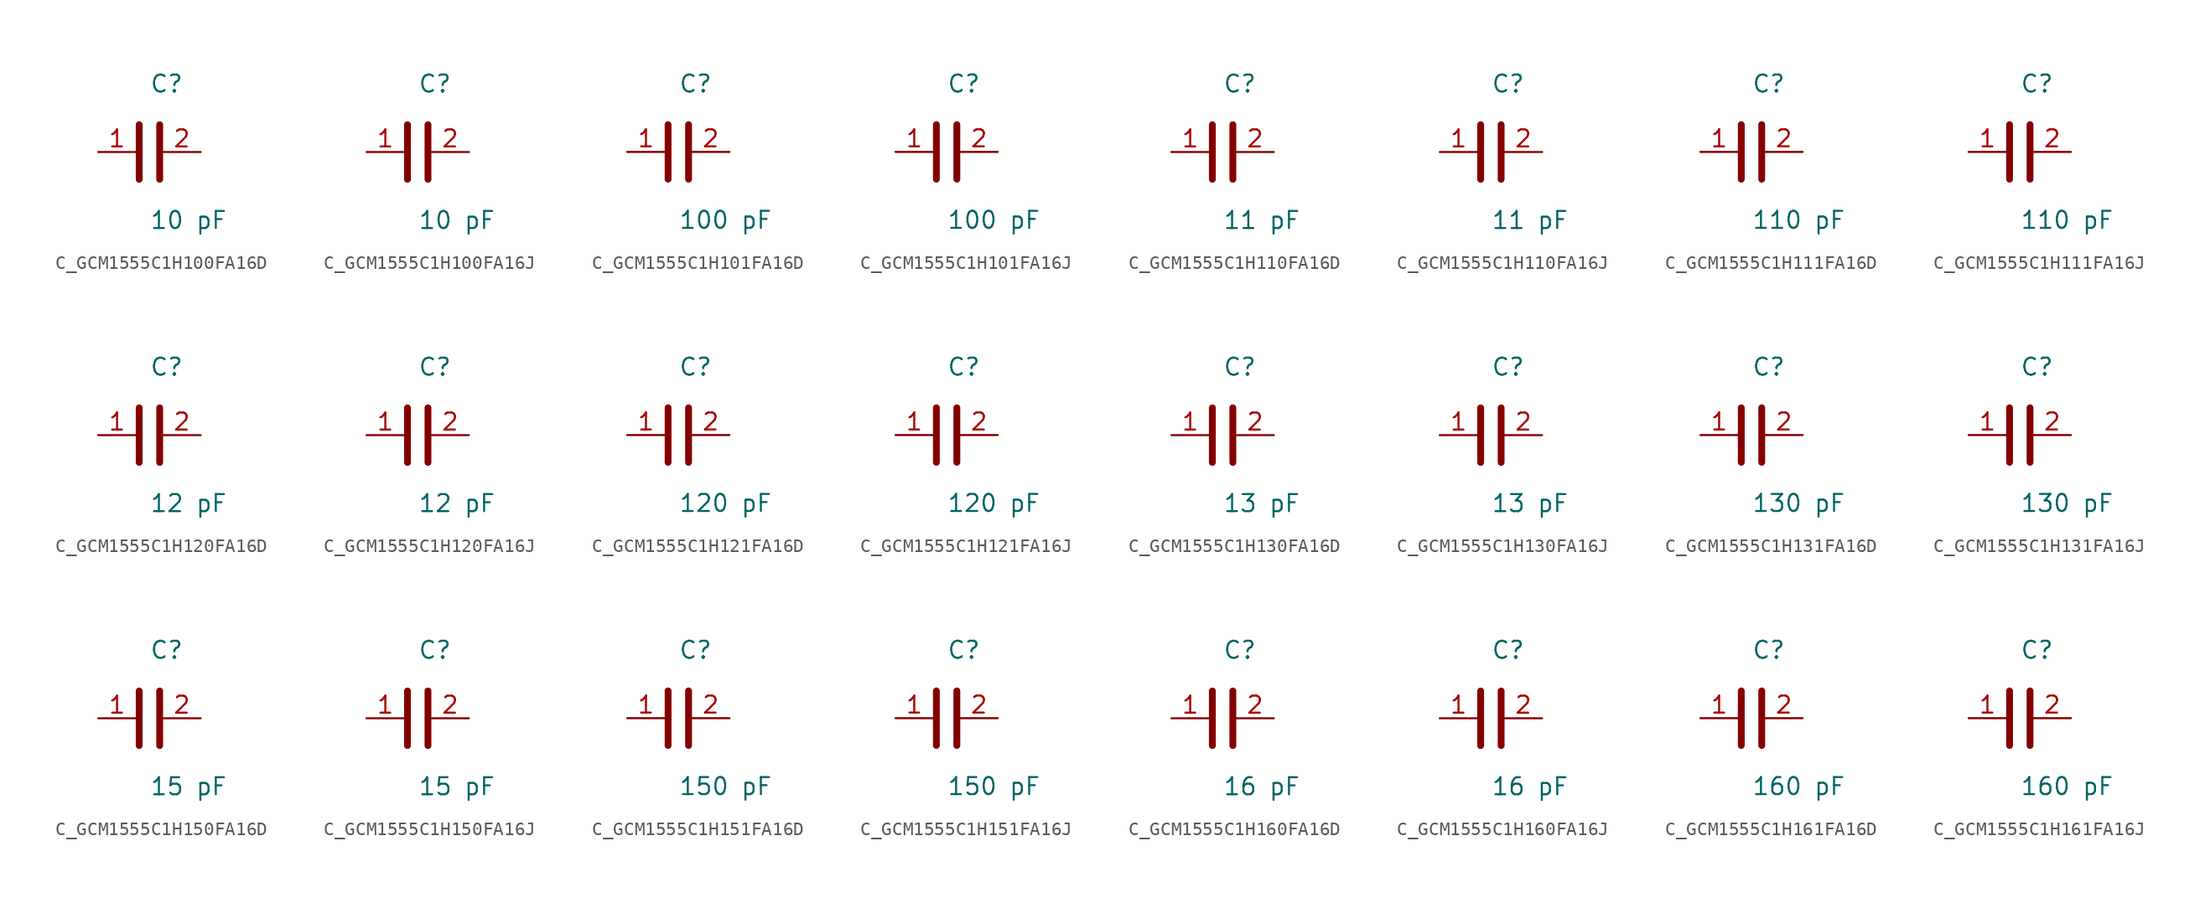
<source format=kicad_sym>
(kicad_symbol_lib
  (version 20231120)
  (generator kicad_symbol_editor)
  (generator_version 8.0)
  (symbol "C_GCM1555C1H100FA16D"
    (pin_names
      (offset 0.254))
    (property "Reference" "C"
      (at 0.0 5.08 0)
      (effects (font (size 1.27 1.27)) (justify left)))
    (property "Value" "10 pF"
      (at 0.0 -5.08 0)
      (effects (font (size 1.27 1.27)) (justify left)))
    (symbol "C_GCM1555C1H100FA16D_0_1"
      (polyline (pts (xy -0.762 -2.032) (xy -0.762 2.032)) (stroke (width 0.508) (type default)) (fill (type none)))
      (polyline (pts (xy 0.762 -2.032) (xy 0.762 2.032)) (stroke (width 0.508) (type default)) (fill (type none))))
    (pin unspecified line
      (at -3.81 0 0)
      (length 2.8)
      (name "" (effects (font (size 1.27 1.27))))
      (number "1" (effects (font (size 1.27 1.27)))))
    (pin unspecified line
      (at 3.81 0 180)
      (length 2.8)
      (name "" (effects (font (size 1.27 1.27))))
      (number "2" (effects (font (size 1.27 1.27))))))
  (symbol "C_GCM1555C1H100FA16J"
    (pin_names
      (offset 0.254))
    (property "Reference" "C"
      (at 0.0 5.08 0)
      (effects (font (size 1.27 1.27)) (justify left)))
    (property "Value" "10 pF"
      (at 0.0 -5.08 0)
      (effects (font (size 1.27 1.27)) (justify left)))
    (symbol "C_GCM1555C1H100FA16J_0_1"
      (polyline (pts (xy -0.762 -2.032) (xy -0.762 2.032)) (stroke (width 0.508) (type default)) (fill (type none)))
      (polyline (pts (xy 0.762 -2.032) (xy 0.762 2.032)) (stroke (width 0.508) (type default)) (fill (type none))))
    (pin unspecified line
      (at -3.81 0 0)
      (length 2.8)
      (name "" (effects (font (size 1.27 1.27))))
      (number "1" (effects (font (size 1.27 1.27)))))
    (pin unspecified line
      (at 3.81 0 180)
      (length 2.8)
      (name "" (effects (font (size 1.27 1.27))))
      (number "2" (effects (font (size 1.27 1.27))))))
  (symbol "C_GCM1555C1H101FA16D"
    (pin_names
      (offset 0.254))
    (property "Reference" "C"
      (at 0.0 5.08 0)
      (effects (font (size 1.27 1.27)) (justify left)))
    (property "Value" "100 pF"
      (at 0.0 -5.08 0)
      (effects (font (size 1.27 1.27)) (justify left)))
    (symbol "C_GCM1555C1H101FA16D_0_1"
      (polyline (pts (xy -0.762 -2.032) (xy -0.762 2.032)) (stroke (width 0.508) (type default)) (fill (type none)))
      (polyline (pts (xy 0.762 -2.032) (xy 0.762 2.032)) (stroke (width 0.508) (type default)) (fill (type none))))
    (pin unspecified line
      (at -3.81 0 0)
      (length 2.8)
      (name "" (effects (font (size 1.27 1.27))))
      (number "1" (effects (font (size 1.27 1.27)))))
    (pin unspecified line
      (at 3.81 0 180)
      (length 2.8)
      (name "" (effects (font (size 1.27 1.27))))
      (number "2" (effects (font (size 1.27 1.27))))))
  (symbol "C_GCM1555C1H101FA16J"
    (pin_names
      (offset 0.254))
    (property "Reference" "C"
      (at 0.0 5.08 0)
      (effects (font (size 1.27 1.27)) (justify left)))
    (property "Value" "100 pF"
      (at 0.0 -5.08 0)
      (effects (font (size 1.27 1.27)) (justify left)))
    (symbol "C_GCM1555C1H101FA16J_0_1"
      (polyline (pts (xy -0.762 -2.032) (xy -0.762 2.032)) (stroke (width 0.508) (type default)) (fill (type none)))
      (polyline (pts (xy 0.762 -2.032) (xy 0.762 2.032)) (stroke (width 0.508) (type default)) (fill (type none))))
    (pin unspecified line
      (at -3.81 0 0)
      (length 2.8)
      (name "" (effects (font (size 1.27 1.27))))
      (number "1" (effects (font (size 1.27 1.27)))))
    (pin unspecified line
      (at 3.81 0 180)
      (length 2.8)
      (name "" (effects (font (size 1.27 1.27))))
      (number "2" (effects (font (size 1.27 1.27))))))
  (symbol "C_GCM1555C1H110FA16D"
    (pin_names
      (offset 0.254))
    (property "Reference" "C"
      (at 0.0 5.08 0)
      (effects (font (size 1.27 1.27)) (justify left)))
    (property "Value" "11 pF"
      (at 0.0 -5.08 0)
      (effects (font (size 1.27 1.27)) (justify left)))
    (symbol "C_GCM1555C1H110FA16D_0_1"
      (polyline (pts (xy -0.762 -2.032) (xy -0.762 2.032)) (stroke (width 0.508) (type default)) (fill (type none)))
      (polyline (pts (xy 0.762 -2.032) (xy 0.762 2.032)) (stroke (width 0.508) (type default)) (fill (type none))))
    (pin unspecified line
      (at -3.81 0 0)
      (length 2.8)
      (name "" (effects (font (size 1.27 1.27))))
      (number "1" (effects (font (size 1.27 1.27)))))
    (pin unspecified line
      (at 3.81 0 180)
      (length 2.8)
      (name "" (effects (font (size 1.27 1.27))))
      (number "2" (effects (font (size 1.27 1.27))))))
  (symbol "C_GCM1555C1H110FA16J"
    (pin_names
      (offset 0.254))
    (property "Reference" "C"
      (at 0.0 5.08 0)
      (effects (font (size 1.27 1.27)) (justify left)))
    (property "Value" "11 pF"
      (at 0.0 -5.08 0)
      (effects (font (size 1.27 1.27)) (justify left)))
    (symbol "C_GCM1555C1H110FA16J_0_1"
      (polyline (pts (xy -0.762 -2.032) (xy -0.762 2.032)) (stroke (width 0.508) (type default)) (fill (type none)))
      (polyline (pts (xy 0.762 -2.032) (xy 0.762 2.032)) (stroke (width 0.508) (type default)) (fill (type none))))
    (pin unspecified line
      (at -3.81 0 0)
      (length 2.8)
      (name "" (effects (font (size 1.27 1.27))))
      (number "1" (effects (font (size 1.27 1.27)))))
    (pin unspecified line
      (at 3.81 0 180)
      (length 2.8)
      (name "" (effects (font (size 1.27 1.27))))
      (number "2" (effects (font (size 1.27 1.27))))))
  (symbol "C_GCM1555C1H111FA16D"
    (pin_names
      (offset 0.254))
    (property "Reference" "C"
      (at 0.0 5.08 0)
      (effects (font (size 1.27 1.27)) (justify left)))
    (property "Value" "110 pF"
      (at 0.0 -5.08 0)
      (effects (font (size 1.27 1.27)) (justify left)))
    (symbol "C_GCM1555C1H111FA16D_0_1"
      (polyline (pts (xy -0.762 -2.032) (xy -0.762 2.032)) (stroke (width 0.508) (type default)) (fill (type none)))
      (polyline (pts (xy 0.762 -2.032) (xy 0.762 2.032)) (stroke (width 0.508) (type default)) (fill (type none))))
    (pin unspecified line
      (at -3.81 0 0)
      (length 2.8)
      (name "" (effects (font (size 1.27 1.27))))
      (number "1" (effects (font (size 1.27 1.27)))))
    (pin unspecified line
      (at 3.81 0 180)
      (length 2.8)
      (name "" (effects (font (size 1.27 1.27))))
      (number "2" (effects (font (size 1.27 1.27))))))
  (symbol "C_GCM1555C1H111FA16J"
    (pin_names
      (offset 0.254))
    (property "Reference" "C"
      (at 0.0 5.08 0)
      (effects (font (size 1.27 1.27)) (justify left)))
    (property "Value" "110 pF"
      (at 0.0 -5.08 0)
      (effects (font (size 1.27 1.27)) (justify left)))
    (symbol "C_GCM1555C1H111FA16J_0_1"
      (polyline (pts (xy -0.762 -2.032) (xy -0.762 2.032)) (stroke (width 0.508) (type default)) (fill (type none)))
      (polyline (pts (xy 0.762 -2.032) (xy 0.762 2.032)) (stroke (width 0.508) (type default)) (fill (type none))))
    (pin unspecified line
      (at -3.81 0 0)
      (length 2.8)
      (name "" (effects (font (size 1.27 1.27))))
      (number "1" (effects (font (size 1.27 1.27)))))
    (pin unspecified line
      (at 3.81 0 180)
      (length 2.8)
      (name "" (effects (font (size 1.27 1.27))))
      (number "2" (effects (font (size 1.27 1.27))))))
  (symbol "C_GCM1555C1H120FA16D"
    (pin_names
      (offset 0.254))
    (property "Reference" "C"
      (at 0.0 5.08 0)
      (effects (font (size 1.27 1.27)) (justify left)))
    (property "Value" "12 pF"
      (at 0.0 -5.08 0)
      (effects (font (size 1.27 1.27)) (justify left)))
    (symbol "C_GCM1555C1H120FA16D_0_1"
      (polyline (pts (xy -0.762 -2.032) (xy -0.762 2.032)) (stroke (width 0.508) (type default)) (fill (type none)))
      (polyline (pts (xy 0.762 -2.032) (xy 0.762 2.032)) (stroke (width 0.508) (type default)) (fill (type none))))
    (pin unspecified line
      (at -3.81 0 0)
      (length 2.8)
      (name "" (effects (font (size 1.27 1.27))))
      (number "1" (effects (font (size 1.27 1.27)))))
    (pin unspecified line
      (at 3.81 0 180)
      (length 2.8)
      (name "" (effects (font (size 1.27 1.27))))
      (number "2" (effects (font (size 1.27 1.27))))))
  (symbol "C_GCM1555C1H120FA16J"
    (pin_names
      (offset 0.254))
    (property "Reference" "C"
      (at 0.0 5.08 0)
      (effects (font (size 1.27 1.27)) (justify left)))
    (property "Value" "12 pF"
      (at 0.0 -5.08 0)
      (effects (font (size 1.27 1.27)) (justify left)))
    (symbol "C_GCM1555C1H120FA16J_0_1"
      (polyline (pts (xy -0.762 -2.032) (xy -0.762 2.032)) (stroke (width 0.508) (type default)) (fill (type none)))
      (polyline (pts (xy 0.762 -2.032) (xy 0.762 2.032)) (stroke (width 0.508) (type default)) (fill (type none))))
    (pin unspecified line
      (at -3.81 0 0)
      (length 2.8)
      (name "" (effects (font (size 1.27 1.27))))
      (number "1" (effects (font (size 1.27 1.27)))))
    (pin unspecified line
      (at 3.81 0 180)
      (length 2.8)
      (name "" (effects (font (size 1.27 1.27))))
      (number "2" (effects (font (size 1.27 1.27))))))
  (symbol "C_GCM1555C1H121FA16D"
    (pin_names
      (offset 0.254))
    (property "Reference" "C"
      (at 0.0 5.08 0)
      (effects (font (size 1.27 1.27)) (justify left)))
    (property "Value" "120 pF"
      (at 0.0 -5.08 0)
      (effects (font (size 1.27 1.27)) (justify left)))
    (symbol "C_GCM1555C1H121FA16D_0_1"
      (polyline (pts (xy -0.762 -2.032) (xy -0.762 2.032)) (stroke (width 0.508) (type default)) (fill (type none)))
      (polyline (pts (xy 0.762 -2.032) (xy 0.762 2.032)) (stroke (width 0.508) (type default)) (fill (type none))))
    (pin unspecified line
      (at -3.81 0 0)
      (length 2.8)
      (name "" (effects (font (size 1.27 1.27))))
      (number "1" (effects (font (size 1.27 1.27)))))
    (pin unspecified line
      (at 3.81 0 180)
      (length 2.8)
      (name "" (effects (font (size 1.27 1.27))))
      (number "2" (effects (font (size 1.27 1.27))))))
  (symbol "C_GCM1555C1H121FA16J"
    (pin_names
      (offset 0.254))
    (property "Reference" "C"
      (at 0.0 5.08 0)
      (effects (font (size 1.27 1.27)) (justify left)))
    (property "Value" "120 pF"
      (at 0.0 -5.08 0)
      (effects (font (size 1.27 1.27)) (justify left)))
    (symbol "C_GCM1555C1H121FA16J_0_1"
      (polyline (pts (xy -0.762 -2.032) (xy -0.762 2.032)) (stroke (width 0.508) (type default)) (fill (type none)))
      (polyline (pts (xy 0.762 -2.032) (xy 0.762 2.032)) (stroke (width 0.508) (type default)) (fill (type none))))
    (pin unspecified line
      (at -3.81 0 0)
      (length 2.8)
      (name "" (effects (font (size 1.27 1.27))))
      (number "1" (effects (font (size 1.27 1.27)))))
    (pin unspecified line
      (at 3.81 0 180)
      (length 2.8)
      (name "" (effects (font (size 1.27 1.27))))
      (number "2" (effects (font (size 1.27 1.27))))))
  (symbol "C_GCM1555C1H130FA16D"
    (pin_names
      (offset 0.254))
    (property "Reference" "C"
      (at 0.0 5.08 0)
      (effects (font (size 1.27 1.27)) (justify left)))
    (property "Value" "13 pF"
      (at 0.0 -5.08 0)
      (effects (font (size 1.27 1.27)) (justify left)))
    (symbol "C_GCM1555C1H130FA16D_0_1"
      (polyline (pts (xy -0.762 -2.032) (xy -0.762 2.032)) (stroke (width 0.508) (type default)) (fill (type none)))
      (polyline (pts (xy 0.762 -2.032) (xy 0.762 2.032)) (stroke (width 0.508) (type default)) (fill (type none))))
    (pin unspecified line
      (at -3.81 0 0)
      (length 2.8)
      (name "" (effects (font (size 1.27 1.27))))
      (number "1" (effects (font (size 1.27 1.27)))))
    (pin unspecified line
      (at 3.81 0 180)
      (length 2.8)
      (name "" (effects (font (size 1.27 1.27))))
      (number "2" (effects (font (size 1.27 1.27))))))
  (symbol "C_GCM1555C1H130FA16J"
    (pin_names
      (offset 0.254))
    (property "Reference" "C"
      (at 0.0 5.08 0)
      (effects (font (size 1.27 1.27)) (justify left)))
    (property "Value" "13 pF"
      (at 0.0 -5.08 0)
      (effects (font (size 1.27 1.27)) (justify left)))
    (symbol "C_GCM1555C1H130FA16J_0_1"
      (polyline (pts (xy -0.762 -2.032) (xy -0.762 2.032)) (stroke (width 0.508) (type default)) (fill (type none)))
      (polyline (pts (xy 0.762 -2.032) (xy 0.762 2.032)) (stroke (width 0.508) (type default)) (fill (type none))))
    (pin unspecified line
      (at -3.81 0 0)
      (length 2.8)
      (name "" (effects (font (size 1.27 1.27))))
      (number "1" (effects (font (size 1.27 1.27)))))
    (pin unspecified line
      (at 3.81 0 180)
      (length 2.8)
      (name "" (effects (font (size 1.27 1.27))))
      (number "2" (effects (font (size 1.27 1.27))))))
  (symbol "C_GCM1555C1H131FA16D"
    (pin_names
      (offset 0.254))
    (property "Reference" "C"
      (at 0.0 5.08 0)
      (effects (font (size 1.27 1.27)) (justify left)))
    (property "Value" "130 pF"
      (at 0.0 -5.08 0)
      (effects (font (size 1.27 1.27)) (justify left)))
    (symbol "C_GCM1555C1H131FA16D_0_1"
      (polyline (pts (xy -0.762 -2.032) (xy -0.762 2.032)) (stroke (width 0.508) (type default)) (fill (type none)))
      (polyline (pts (xy 0.762 -2.032) (xy 0.762 2.032)) (stroke (width 0.508) (type default)) (fill (type none))))
    (pin unspecified line
      (at -3.81 0 0)
      (length 2.8)
      (name "" (effects (font (size 1.27 1.27))))
      (number "1" (effects (font (size 1.27 1.27)))))
    (pin unspecified line
      (at 3.81 0 180)
      (length 2.8)
      (name "" (effects (font (size 1.27 1.27))))
      (number "2" (effects (font (size 1.27 1.27))))))
  (symbol "C_GCM1555C1H131FA16J"
    (pin_names
      (offset 0.254))
    (property "Reference" "C"
      (at 0.0 5.08 0)
      (effects (font (size 1.27 1.27)) (justify left)))
    (property "Value" "130 pF"
      (at 0.0 -5.08 0)
      (effects (font (size 1.27 1.27)) (justify left)))
    (symbol "C_GCM1555C1H131FA16J_0_1"
      (polyline (pts (xy -0.762 -2.032) (xy -0.762 2.032)) (stroke (width 0.508) (type default)) (fill (type none)))
      (polyline (pts (xy 0.762 -2.032) (xy 0.762 2.032)) (stroke (width 0.508) (type default)) (fill (type none))))
    (pin unspecified line
      (at -3.81 0 0)
      (length 2.8)
      (name "" (effects (font (size 1.27 1.27))))
      (number "1" (effects (font (size 1.27 1.27)))))
    (pin unspecified line
      (at 3.81 0 180)
      (length 2.8)
      (name "" (effects (font (size 1.27 1.27))))
      (number "2" (effects (font (size 1.27 1.27))))))
  (symbol "C_GCM1555C1H150FA16D"
    (pin_names
      (offset 0.254))
    (property "Reference" "C"
      (at 0.0 5.08 0)
      (effects (font (size 1.27 1.27)) (justify left)))
    (property "Value" "15 pF"
      (at 0.0 -5.08 0)
      (effects (font (size 1.27 1.27)) (justify left)))
    (symbol "C_GCM1555C1H150FA16D_0_1"
      (polyline (pts (xy -0.762 -2.032) (xy -0.762 2.032)) (stroke (width 0.508) (type default)) (fill (type none)))
      (polyline (pts (xy 0.762 -2.032) (xy 0.762 2.032)) (stroke (width 0.508) (type default)) (fill (type none))))
    (pin unspecified line
      (at -3.81 0 0)
      (length 2.8)
      (name "" (effects (font (size 1.27 1.27))))
      (number "1" (effects (font (size 1.27 1.27)))))
    (pin unspecified line
      (at 3.81 0 180)
      (length 2.8)
      (name "" (effects (font (size 1.27 1.27))))
      (number "2" (effects (font (size 1.27 1.27))))))
  (symbol "C_GCM1555C1H150FA16J"
    (pin_names
      (offset 0.254))
    (property "Reference" "C"
      (at 0.0 5.08 0)
      (effects (font (size 1.27 1.27)) (justify left)))
    (property "Value" "15 pF"
      (at 0.0 -5.08 0)
      (effects (font (size 1.27 1.27)) (justify left)))
    (symbol "C_GCM1555C1H150FA16J_0_1"
      (polyline (pts (xy -0.762 -2.032) (xy -0.762 2.032)) (stroke (width 0.508) (type default)) (fill (type none)))
      (polyline (pts (xy 0.762 -2.032) (xy 0.762 2.032)) (stroke (width 0.508) (type default)) (fill (type none))))
    (pin unspecified line
      (at -3.81 0 0)
      (length 2.8)
      (name "" (effects (font (size 1.27 1.27))))
      (number "1" (effects (font (size 1.27 1.27)))))
    (pin unspecified line
      (at 3.81 0 180)
      (length 2.8)
      (name "" (effects (font (size 1.27 1.27))))
      (number "2" (effects (font (size 1.27 1.27))))))
  (symbol "C_GCM1555C1H151FA16D"
    (pin_names
      (offset 0.254))
    (property "Reference" "C"
      (at 0.0 5.08 0)
      (effects (font (size 1.27 1.27)) (justify left)))
    (property "Value" "150 pF"
      (at 0.0 -5.08 0)
      (effects (font (size 1.27 1.27)) (justify left)))
    (symbol "C_GCM1555C1H151FA16D_0_1"
      (polyline (pts (xy -0.762 -2.032) (xy -0.762 2.032)) (stroke (width 0.508) (type default)) (fill (type none)))
      (polyline (pts (xy 0.762 -2.032) (xy 0.762 2.032)) (stroke (width 0.508) (type default)) (fill (type none))))
    (pin unspecified line
      (at -3.81 0 0)
      (length 2.8)
      (name "" (effects (font (size 1.27 1.27))))
      (number "1" (effects (font (size 1.27 1.27)))))
    (pin unspecified line
      (at 3.81 0 180)
      (length 2.8)
      (name "" (effects (font (size 1.27 1.27))))
      (number "2" (effects (font (size 1.27 1.27))))))
  (symbol "C_GCM1555C1H151FA16J"
    (pin_names
      (offset 0.254))
    (property "Reference" "C"
      (at 0.0 5.08 0)
      (effects (font (size 1.27 1.27)) (justify left)))
    (property "Value" "150 pF"
      (at 0.0 -5.08 0)
      (effects (font (size 1.27 1.27)) (justify left)))
    (symbol "C_GCM1555C1H151FA16J_0_1"
      (polyline (pts (xy -0.762 -2.032) (xy -0.762 2.032)) (stroke (width 0.508) (type default)) (fill (type none)))
      (polyline (pts (xy 0.762 -2.032) (xy 0.762 2.032)) (stroke (width 0.508) (type default)) (fill (type none))))
    (pin unspecified line
      (at -3.81 0 0)
      (length 2.8)
      (name "" (effects (font (size 1.27 1.27))))
      (number "1" (effects (font (size 1.27 1.27)))))
    (pin unspecified line
      (at 3.81 0 180)
      (length 2.8)
      (name "" (effects (font (size 1.27 1.27))))
      (number "2" (effects (font (size 1.27 1.27))))))
  (symbol "C_GCM1555C1H160FA16D"
    (pin_names
      (offset 0.254))
    (property "Reference" "C"
      (at 0.0 5.08 0)
      (effects (font (size 1.27 1.27)) (justify left)))
    (property "Value" "16 pF"
      (at 0.0 -5.08 0)
      (effects (font (size 1.27 1.27)) (justify left)))
    (symbol "C_GCM1555C1H160FA16D_0_1"
      (polyline (pts (xy -0.762 -2.032) (xy -0.762 2.032)) (stroke (width 0.508) (type default)) (fill (type none)))
      (polyline (pts (xy 0.762 -2.032) (xy 0.762 2.032)) (stroke (width 0.508) (type default)) (fill (type none))))
    (pin unspecified line
      (at -3.81 0 0)
      (length 2.8)
      (name "" (effects (font (size 1.27 1.27))))
      (number "1" (effects (font (size 1.27 1.27)))))
    (pin unspecified line
      (at 3.81 0 180)
      (length 2.8)
      (name "" (effects (font (size 1.27 1.27))))
      (number "2" (effects (font (size 1.27 1.27))))))
  (symbol "C_GCM1555C1H160FA16J"
    (pin_names
      (offset 0.254))
    (property "Reference" "C"
      (at 0.0 5.08 0)
      (effects (font (size 1.27 1.27)) (justify left)))
    (property "Value" "16 pF"
      (at 0.0 -5.08 0)
      (effects (font (size 1.27 1.27)) (justify left)))
    (symbol "C_GCM1555C1H160FA16J_0_1"
      (polyline (pts (xy -0.762 -2.032) (xy -0.762 2.032)) (stroke (width 0.508) (type default)) (fill (type none)))
      (polyline (pts (xy 0.762 -2.032) (xy 0.762 2.032)) (stroke (width 0.508) (type default)) (fill (type none))))
    (pin unspecified line
      (at -3.81 0 0)
      (length 2.8)
      (name "" (effects (font (size 1.27 1.27))))
      (number "1" (effects (font (size 1.27 1.27)))))
    (pin unspecified line
      (at 3.81 0 180)
      (length 2.8)
      (name "" (effects (font (size 1.27 1.27))))
      (number "2" (effects (font (size 1.27 1.27))))))
  (symbol "C_GCM1555C1H161FA16D"
    (pin_names
      (offset 0.254))
    (property "Reference" "C"
      (at 0.0 5.08 0)
      (effects (font (size 1.27 1.27)) (justify left)))
    (property "Value" "160 pF"
      (at 0.0 -5.08 0)
      (effects (font (size 1.27 1.27)) (justify left)))
    (symbol "C_GCM1555C1H161FA16D_0_1"
      (polyline (pts (xy -0.762 -2.032) (xy -0.762 2.032)) (stroke (width 0.508) (type default)) (fill (type none)))
      (polyline (pts (xy 0.762 -2.032) (xy 0.762 2.032)) (stroke (width 0.508) (type default)) (fill (type none))))
    (pin unspecified line
      (at -3.81 0 0)
      (length 2.8)
      (name "" (effects (font (size 1.27 1.27))))
      (number "1" (effects (font (size 1.27 1.27)))))
    (pin unspecified line
      (at 3.81 0 180)
      (length 2.8)
      (name "" (effects (font (size 1.27 1.27))))
      (number "2" (effects (font (size 1.27 1.27))))))
  (symbol "C_GCM1555C1H161FA16J"
    (pin_names
      (offset 0.254))
    (property "Reference" "C"
      (at 0.0 5.08 0)
      (effects (font (size 1.27 1.27)) (justify left)))
    (property "Value" "160 pF"
      (at 0.0 -5.08 0)
      (effects (font (size 1.27 1.27)) (justify left)))
    (symbol "C_GCM1555C1H161FA16J_0_1"
      (polyline (pts (xy -0.762 -2.032) (xy -0.762 2.032)) (stroke (width 0.508) (type default)) (fill (type none)))
      (polyline (pts (xy 0.762 -2.032) (xy 0.762 2.032)) (stroke (width 0.508) (type default)) (fill (type none))))
    (pin unspecified line
      (at -3.81 0 0)
      (length 2.8)
      (name "" (effects (font (size 1.27 1.27))))
      (number "1" (effects (font (size 1.27 1.27)))))
    (pin unspecified line
      (at 3.81 0 180)
      (length 2.8)
      (name "" (effects (font (size 1.27 1.27))))
      (number "2" (effects (font (size 1.27 1.27)))))))
</source>
